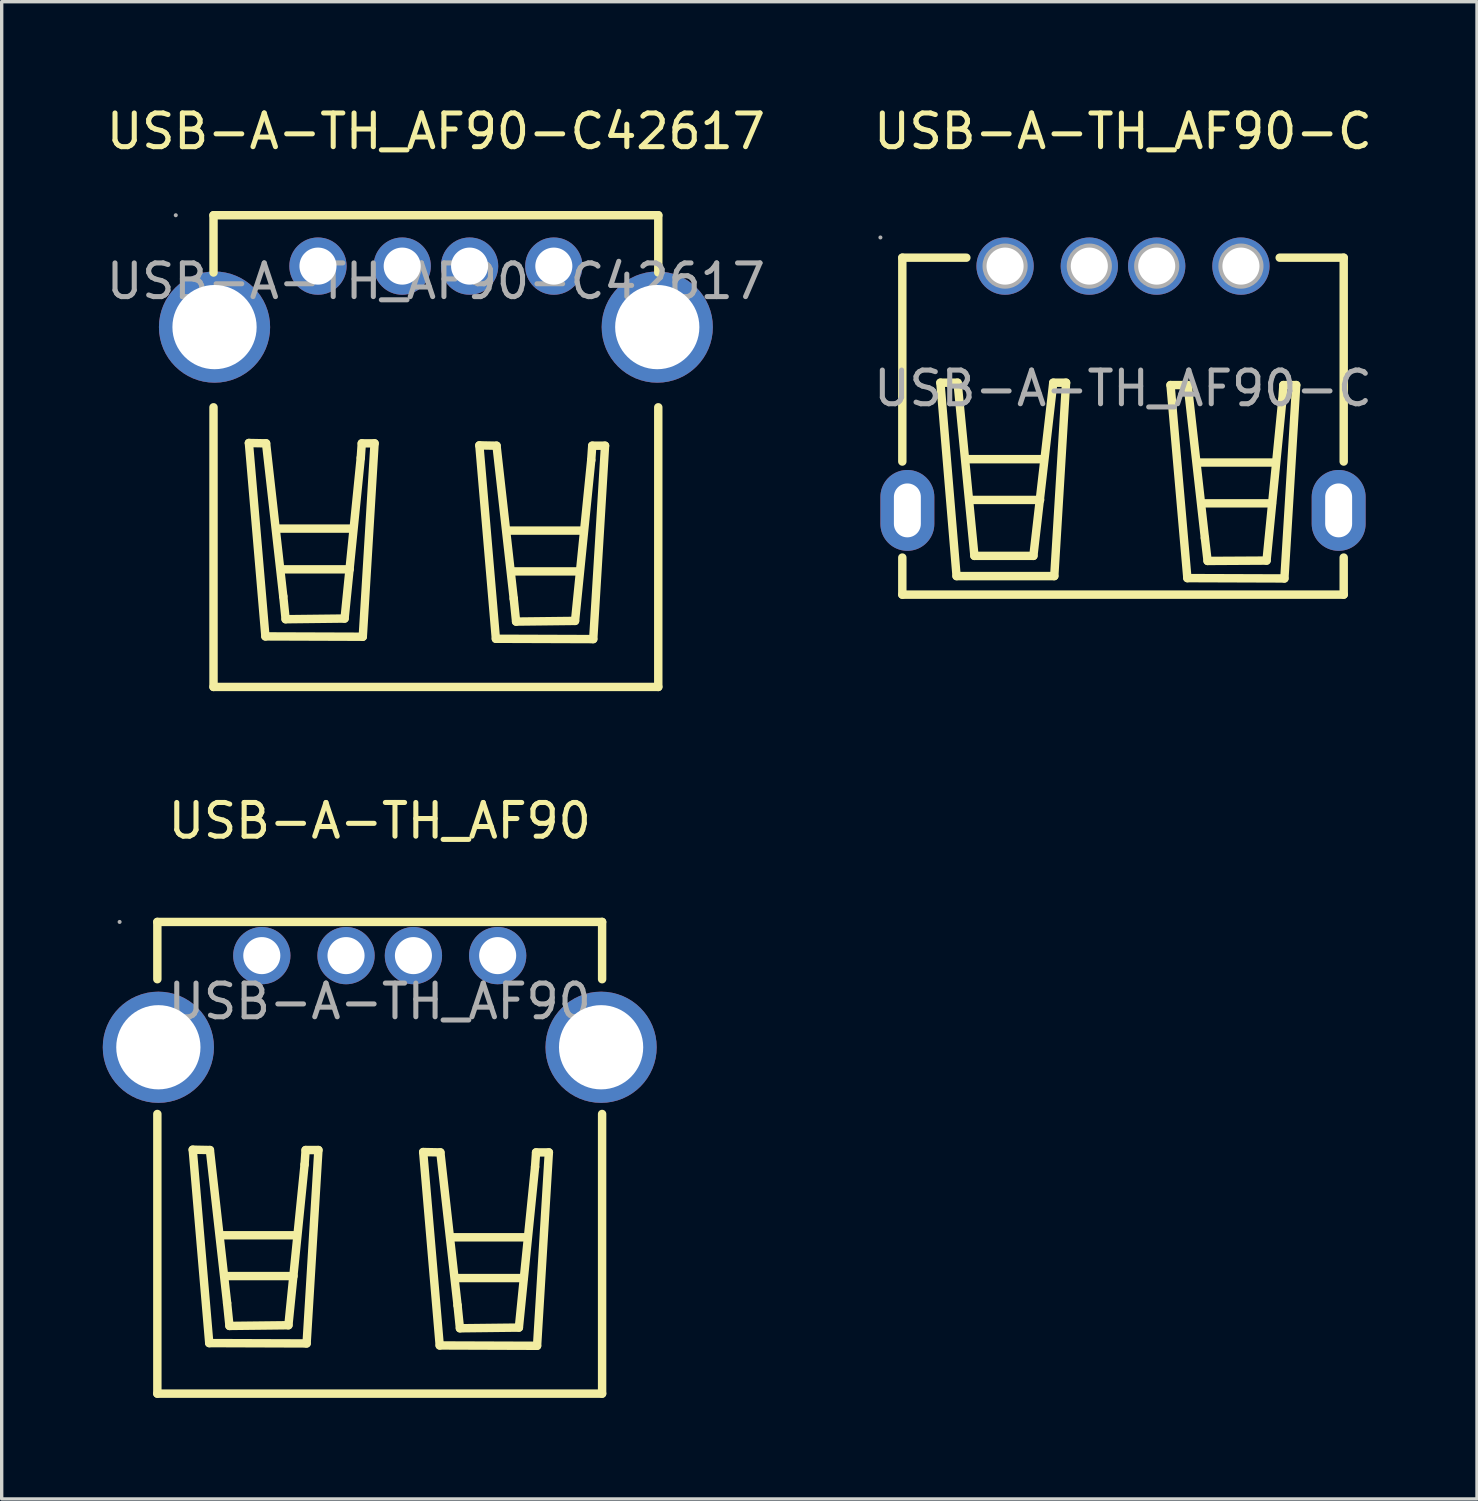
<source format=kicad_pcb>
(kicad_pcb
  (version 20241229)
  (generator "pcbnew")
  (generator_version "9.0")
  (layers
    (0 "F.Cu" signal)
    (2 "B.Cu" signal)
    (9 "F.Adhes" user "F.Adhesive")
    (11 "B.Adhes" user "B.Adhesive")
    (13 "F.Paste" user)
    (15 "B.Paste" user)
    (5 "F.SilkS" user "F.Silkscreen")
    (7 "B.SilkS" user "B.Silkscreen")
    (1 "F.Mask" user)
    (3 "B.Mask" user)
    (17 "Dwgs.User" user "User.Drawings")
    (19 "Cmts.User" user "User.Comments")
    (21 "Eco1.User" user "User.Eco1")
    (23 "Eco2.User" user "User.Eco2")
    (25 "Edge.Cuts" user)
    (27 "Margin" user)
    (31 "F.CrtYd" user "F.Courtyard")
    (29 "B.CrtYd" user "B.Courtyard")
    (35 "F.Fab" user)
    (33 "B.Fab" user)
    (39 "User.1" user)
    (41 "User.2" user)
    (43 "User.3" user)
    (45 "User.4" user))
  (footprint "USB-A-TH_AF90"
    (layer "F.Cu")
    (at 8.22 26.672)
    (property "Reference" "USB-A-TH_AF90" (at 0 -5.36 0) (layer "F.SilkS") (effects (font (size 1 1) (thickness 0.15))))
    (attr through_hole)
    (fp_line (start -6.6 -0.66) (end -6.6 -2.36) (stroke (width 0.25) (type solid)) (layer "F.SilkS"))
    (fp_line (start -6.6 11.64) (end -6.6 3.34) (stroke (width 0.25) (type solid)) (layer "F.SilkS"))
    (fp_line (start -5.55 4.4) (end -5.04 4.41) (stroke (width 0.25) (type solid)) (layer "F.SilkS"))
    (fp_line (start -5.06 10.14) (end -5.55 4.4) (stroke (width 0.25) (type solid)) (layer "F.SilkS"))
    (fp_line (start -5.04 4.41) (end -4.53 8.95) (stroke (width 0.25) (type solid)) (layer "F.SilkS"))
    (fp_line (start -4.73 6.94) (end -2.47 6.94) (stroke (width 0.25) (type solid)) (layer "F.SilkS"))
    (fp_line (start -4.59 8.15) (end -2.56 8.15) (stroke (width 0.25) (type solid)) (layer "F.SilkS"))
    (fp_line (start -4.53 8.95) (end -4.46 9.63) (stroke (width 0.25) (type solid)) (layer "F.SilkS"))
    (fp_line (start -4.46 9.63) (end -2.71 9.61) (stroke (width 0.25) (type solid)) (layer "F.SilkS"))
    (fp_line (start -2.71 9.61) (end -2.23 4.84) (stroke (width 0.25) (type solid)) (layer "F.SilkS"))
    (fp_line (start -2.23 4.84) (end -2.2 4.41) (stroke (width 0.25) (type solid)) (layer "F.SilkS"))
    (fp_line (start -2.2 4.41) (end -1.82 4.41) (stroke (width 0.25) (type solid)) (layer "F.SilkS"))
    (fp_line (start -2.17 10.15) (end -5.06 10.14) (stroke (width 0.25) (type solid)) (layer "F.SilkS"))
    (fp_line (start -1.82 4.41) (end -2.17 10.15) (stroke (width 0.25) (type solid)) (layer "F.SilkS"))
    (fp_line (start 1.29 4.47) (end 1.8 4.48) (stroke (width 0.25) (type solid)) (layer "F.SilkS"))
    (fp_line (start 1.78 10.21) (end 1.29 4.47) (stroke (width 0.25) (type solid)) (layer "F.SilkS"))
    (fp_line (start 1.8 4.48) (end 2.31 9.02) (stroke (width 0.25) (type solid)) (layer "F.SilkS"))
    (fp_line (start 2.1 7) (end 4.36 7) (stroke (width 0.25) (type solid)) (layer "F.SilkS"))
    (fp_line (start 2.24 8.21) (end 4.27 8.21) (stroke (width 0.25) (type solid)) (layer "F.SilkS"))
    (fp_line (start 2.31 9.02) (end 2.38 9.7) (stroke (width 0.25) (type solid)) (layer "F.SilkS"))
    (fp_line (start 2.38 9.7) (end 4.13 9.68) (stroke (width 0.25) (type solid)) (layer "F.SilkS"))
    (fp_line (start 4.13 9.68) (end 4.61 4.91) (stroke (width 0.25) (type solid)) (layer "F.SilkS"))
    (fp_line (start 4.61 4.91) (end 4.64 4.48) (stroke (width 0.25) (type solid)) (layer "F.SilkS"))
    (fp_line (start 4.64 4.48) (end 5.02 4.48) (stroke (width 0.25) (type solid)) (layer "F.SilkS"))
    (fp_line (start 4.67 10.22) (end 1.78 10.21) (stroke (width 0.25) (type solid)) (layer "F.SilkS"))
    (fp_line (start 5.02 4.48) (end 4.67 10.22) (stroke (width 0.25) (type solid)) (layer "F.SilkS"))
    (fp_line (start 6.6 -2.36) (end -6.6 -2.36) (stroke (width 0.25) (type solid)) (layer "F.SilkS"))
    (fp_line (start 6.6 -0.66) (end 6.6 -2.36) (stroke (width 0.25) (type solid)) (layer "F.SilkS"))
    (fp_line (start 6.6 11.64) (end -6.6 11.64) (stroke (width 0.25) (type solid)) (layer "F.SilkS"))
    (fp_line (start 6.6 11.64) (end 6.6 3.34) (stroke (width 0.25) (type solid)) (layer "F.SilkS"))
    (fp_circle (center -7.72 -2.36) (end -7.69 -2.36) (stroke (width 0.06) (type solid)) (fill no) (layer "F.Fab"))
    (fp_circle (center -6.57 1.36) (end -5.99 1.36) (stroke (width 1.15) (type solid)) (fill no) (layer "F.Fab"))
    (fp_circle (center -3.5 -1.36) (end -3.27 -1.36) (stroke (width 0.45) (type solid)) (fill no) (layer "F.Fab"))
    (fp_circle (center -1 -1.36) (end -0.77 -1.36) (stroke (width 0.45) (type solid)) (fill no) (layer "F.Fab"))
    (fp_circle (center 1 -1.36) (end 1.23 -1.36) (stroke (width 0.45) (type solid)) (fill no) (layer "F.Fab"))
    (fp_circle (center 3.5 -1.36) (end 3.73 -1.36) (stroke (width 0.45) (type solid)) (fill no) (layer "F.Fab"))
    (fp_circle (center 6.57 1.36) (end 7.15 1.36) (stroke (width 1.15) (type solid)) (fill no) (layer "F.Fab"))
    (fp_text user "${REFERENCE}" (at 0 0 0) (layer "F.Fab") (effects (font (size 1 1) (thickness 0.15))))
    (pad "1" thru_hole circle (at -3.5 -1.36 180) (size 1.7 1.7) (drill 1.1) (layers "*.Cu" "*.Paste" "*.Mask"))
    (pad "2" thru_hole circle (at -1 -1.36 180) (size 1.7 1.7) (drill 1.1) (layers "*.Cu" "*.Paste" "*.Mask"))
    (pad "3" thru_hole circle (at 1 -1.36 180) (size 1.7 1.7) (drill 1.1) (layers "*.Cu" "*.Paste" "*.Mask"))
    (pad "4" thru_hole circle (at 3.5 -1.36 180) (size 1.7 1.7) (drill 1.1) (layers "*.Cu" "*.Paste" "*.Mask"))
    (pad "MH1" thru_hole circle (at -6.57 1.36 270) (size 3.3 3.3) (drill 2.5) (layers "*.Cu" "*.Paste" "*.Mask"))
    (pad "MH2" thru_hole circle (at 6.57 1.36 90) (size 3.3 3.3) (drill 2.5) (layers "*.Cu" "*.Paste" "*.Mask")))
  (footprint "USB-A-TH_AF90-C42617"
    (layer "F.Cu")
    (at 9.887 5.298)
    (property "Reference" "USB-A-TH_AF90-C42617" (at 0 -4.45 0) (layer "F.SilkS") (effects (font (size 1 1) (thickness 0.15))))
    (attr through_hole)
    (fp_line (start -6.6 -0.26) (end -6.6 -1.96) (stroke (width 0.25) (type solid)) (layer "F.SilkS"))
    (fp_line (start -6.6 12.04) (end -6.6 3.74) (stroke (width 0.25) (type solid)) (layer "F.SilkS"))
    (fp_line (start -5.55 4.8) (end -5.04 4.81) (stroke (width 0.25) (type solid)) (layer "F.SilkS"))
    (fp_line (start -5.06 10.54) (end -5.55 4.8) (stroke (width 0.25) (type solid)) (layer "F.SilkS"))
    (fp_line (start -5.04 4.81) (end -4.53 9.35) (stroke (width 0.25) (type solid)) (layer "F.SilkS"))
    (fp_line (start -4.73 7.34) (end -2.47 7.34) (stroke (width 0.25) (type solid)) (layer "F.SilkS"))
    (fp_line (start -4.59 8.55) (end -2.56 8.55) (stroke (width 0.25) (type solid)) (layer "F.SilkS"))
    (fp_line (start -4.53 9.35) (end -4.46 10.03) (stroke (width 0.25) (type solid)) (layer "F.SilkS"))
    (fp_line (start -4.46 10.03) (end -2.71 10.01) (stroke (width 0.25) (type solid)) (layer "F.SilkS"))
    (fp_line (start -2.71 10.01) (end -2.23 5.24) (stroke (width 0.25) (type solid)) (layer "F.SilkS"))
    (fp_line (start -2.23 5.24) (end -2.2 4.81) (stroke (width 0.25) (type solid)) (layer "F.SilkS"))
    (fp_line (start -2.2 4.81) (end -1.82 4.81) (stroke (width 0.25) (type solid)) (layer "F.SilkS"))
    (fp_line (start -2.17 10.55) (end -5.06 10.54) (stroke (width 0.25) (type solid)) (layer "F.SilkS"))
    (fp_line (start -1.82 4.81) (end -2.17 10.55) (stroke (width 0.25) (type solid)) (layer "F.SilkS"))
    (fp_line (start 1.29 4.87) (end 1.8 4.88) (stroke (width 0.25) (type solid)) (layer "F.SilkS"))
    (fp_line (start 1.78 10.61) (end 1.29 4.87) (stroke (width 0.25) (type solid)) (layer "F.SilkS"))
    (fp_line (start 1.8 4.88) (end 2.31 9.42) (stroke (width 0.25) (type solid)) (layer "F.SilkS"))
    (fp_line (start 2.1 7.4) (end 4.36 7.4) (stroke (width 0.25) (type solid)) (layer "F.SilkS"))
    (fp_line (start 2.24 8.61) (end 4.27 8.61) (stroke (width 0.25) (type solid)) (layer "F.SilkS"))
    (fp_line (start 2.31 9.42) (end 2.38 10.1) (stroke (width 0.25) (type solid)) (layer "F.SilkS"))
    (fp_line (start 2.38 10.1) (end 4.13 10.08) (stroke (width 0.25) (type solid)) (layer "F.SilkS"))
    (fp_line (start 4.13 10.08) (end 4.61 5.31) (stroke (width 0.25) (type solid)) (layer "F.SilkS"))
    (fp_line (start 4.61 5.31) (end 4.64 4.88) (stroke (width 0.25) (type solid)) (layer "F.SilkS"))
    (fp_line (start 4.64 4.88) (end 5.02 4.88) (stroke (width 0.25) (type solid)) (layer "F.SilkS"))
    (fp_line (start 4.67 10.62) (end 1.78 10.61) (stroke (width 0.25) (type solid)) (layer "F.SilkS"))
    (fp_line (start 5.02 4.88) (end 4.67 10.62) (stroke (width 0.25) (type solid)) (layer "F.SilkS"))
    (fp_line (start 6.6 -1.96) (end -6.6 -1.96) (stroke (width 0.25) (type solid)) (layer "F.SilkS"))
    (fp_line (start 6.6 -0.26) (end 6.6 -1.96) (stroke (width 0.25) (type solid)) (layer "F.SilkS"))
    (fp_line (start 6.6 12.04) (end -6.6 12.04) (stroke (width 0.25) (type solid)) (layer "F.SilkS"))
    (fp_line (start 6.6 12.04) (end 6.6 3.74) (stroke (width 0.25) (type solid)) (layer "F.SilkS"))
    (fp_circle (center -7.72 -1.96) (end -7.69 -1.96) (stroke (width 0.06) (type solid)) (fill no) (layer "F.Fab"))
    (fp_circle (center -6.57 1.36) (end -5.99 1.36) (stroke (width 1.15) (type solid)) (fill no) (layer "F.Fab"))
    (fp_circle (center -3.5 -0.45) (end -3.27 -0.45) (stroke (width 0.45) (type solid)) (fill no) (layer "F.Fab"))
    (fp_circle (center -1 -0.45) (end -0.77 -0.45) (stroke (width 0.45) (type solid)) (fill no) (layer "F.Fab"))
    (fp_circle (center 1 -0.45) (end 1.23 -0.45) (stroke (width 0.45) (type solid)) (fill no) (layer "F.Fab"))
    (fp_circle (center 3.5 -0.45) (end 3.73 -0.45) (stroke (width 0.45) (type solid)) (fill no) (layer "F.Fab"))
    (fp_circle (center 6.57 1.36) (end 7.15 1.36) (stroke (width 1.15) (type solid)) (fill no) (layer "F.Fab"))
    (fp_text user "${REFERENCE}" (at 0 0 0) (layer "F.Fab") (effects (font (size 1 1) (thickness 0.15))))
    (pad "1" thru_hole circle (at -3.5 -0.45 180) (size 1.7 1.7) (drill 1.1) (layers "*.Cu" "*.Paste" "*.Mask"))
    (pad "2" thru_hole circle (at -1 -0.45 180) (size 1.7 1.7) (drill 1.1) (layers "*.Cu" "*.Paste" "*.Mask"))
    (pad "3" thru_hole circle (at 1 -0.45 180) (size 1.7 1.7) (drill 1.1) (layers "*.Cu" "*.Paste" "*.Mask"))
    (pad "4" thru_hole circle (at 3.5 -0.45 180) (size 1.7 1.7) (drill 1.1) (layers "*.Cu" "*.Paste" "*.Mask"))
    (pad "MH1" thru_hole circle (at -6.57 1.36 270) (size 3.3 3.3) (drill 2.5) (layers "*.Cu" "*.Paste" "*.Mask"))
    (pad "MH2" thru_hole circle (at 6.57 1.36 90) (size 3.3 3.3) (drill 2.5) (layers "*.Cu" "*.Paste" "*.Mask")))
  (footprint "USB-A-TH_AF90-C"
    (layer "F.Cu")
    (at 30.28 8.478)
    (property "Reference" "USB-A-TH_AF90-C" (at 0 -7.63 0) (layer "F.SilkS") (effects (font (size 1 1) (thickness 0.15))))
    (attr through_hole)
    (fp_line (start -6.55 -3.88) (end -6.55 2.17) (stroke (width 0.25) (type solid)) (layer "F.SilkS"))
    (fp_line (start -6.55 -3.88) (end -4.65 -3.88) (stroke (width 0.25) (type solid)) (layer "F.SilkS"))
    (fp_line (start -6.55 5.02) (end -6.55 6.12) (stroke (width 0.25) (type solid)) (layer "F.SilkS"))
    (fp_line (start -6.55 6.12) (end 6.55 6.12) (stroke (width 0.25) (type solid)) (layer "F.SilkS"))
    (fp_line (start -5.42 -0.17) (end -4.91 -0.17) (stroke (width 0.25) (type solid)) (layer "F.SilkS"))
    (fp_line (start -4.94 5.57) (end -5.42 -0.17) (stroke (width 0.25) (type solid)) (layer "F.SilkS"))
    (fp_line (start -4.91 -0.17) (end -4.41 4.97) (stroke (width 0.25) (type solid)) (layer "F.SilkS"))
    (fp_line (start -4.63 2.1) (end -2.37 2.1) (stroke (width 0.25) (type solid)) (layer "F.SilkS"))
    (fp_line (start -4.49 3.31) (end -2.46 3.31) (stroke (width 0.25) (type solid)) (layer "F.SilkS"))
    (fp_line (start -4.41 4.97) (end -2.66 4.97) (stroke (width 0.25) (type solid)) (layer "F.SilkS"))
    (fp_line (start -2.66 4.97) (end -2.07 -0.17) (stroke (width 0.25) (type solid)) (layer "F.SilkS"))
    (fp_line (start -2.07 -0.17) (end -1.69 -0.17) (stroke (width 0.25) (type solid)) (layer "F.SilkS"))
    (fp_line (start -2.04 5.57) (end -4.94 5.57) (stroke (width 0.25) (type solid)) (layer "F.SilkS"))
    (fp_line (start -1.69 -0.17) (end -2.04 5.57) (stroke (width 0.25) (type solid)) (layer "F.SilkS"))
    (fp_line (start 1.41 -0.1) (end 1.92 -0.1) (stroke (width 0.25) (type solid)) (layer "F.SilkS"))
    (fp_line (start 1.91 5.63) (end 1.41 -0.1) (stroke (width 0.25) (type solid)) (layer "F.SilkS"))
    (fp_line (start 1.92 -0.1) (end 2.43 4.44) (stroke (width 0.25) (type solid)) (layer "F.SilkS"))
    (fp_line (start 2.25 2.2) (end 4.51 2.2) (stroke (width 0.25) (type solid)) (layer "F.SilkS"))
    (fp_line (start 2.39 3.41) (end 4.42 3.41) (stroke (width 0.25) (type solid)) (layer "F.SilkS"))
    (fp_line (start 2.43 4.44) (end 2.51 5.12) (stroke (width 0.25) (type solid)) (layer "F.SilkS"))
    (fp_line (start 2.51 5.12) (end 4.26 5.11) (stroke (width 0.25) (type solid)) (layer "F.SilkS"))
    (fp_line (start 4.26 5.11) (end 4.73 0.33) (stroke (width 0.25) (type solid)) (layer "F.SilkS"))
    (fp_line (start 4.65 -3.88) (end 6.55 -3.88) (stroke (width 0.25) (type solid)) (layer "F.SilkS"))
    (fp_line (start 4.73 0.33) (end 4.76 -0.1) (stroke (width 0.25) (type solid)) (layer "F.SilkS"))
    (fp_line (start 4.76 -0.1) (end 5.14 -0.1) (stroke (width 0.25) (type solid)) (layer "F.SilkS"))
    (fp_line (start 4.79 5.64) (end 1.91 5.63) (stroke (width 0.25) (type solid)) (layer "F.SilkS"))
    (fp_line (start 5.14 -0.1) (end 4.79 5.64) (stroke (width 0.25) (type solid)) (layer "F.SilkS"))
    (fp_line (start 6.55 -3.88) (end 6.55 2.17) (stroke (width 0.25) (type solid)) (layer "F.SilkS"))
    (fp_line (start 6.55 5.02) (end 6.55 6.12) (stroke (width 0.25) (type solid)) (layer "F.SilkS"))
    (fp_circle (center -7.2 -4.48) (end -7.17 -4.48) (stroke (width 0.06) (type solid)) (fill no) (layer "F.Fab"))
    (fp_circle (center -3.5 -3.63) (end -3.28 -3.63) (stroke (width 0.45) (type solid)) (fill no) (layer "F.Fab"))
    (fp_circle (center -1 -3.63) (end -0.78 -3.63) (stroke (width 0.45) (type solid)) (fill no) (layer "F.Fab"))
    (fp_circle (center 1 -3.63) (end 1.22 -3.63) (stroke (width 0.45) (type solid)) (fill no) (layer "F.Fab"))
    (fp_circle (center 3.5 -3.63) (end 3.72 -3.63) (stroke (width 0.45) (type solid)) (fill no) (layer "F.Fab"))
    (fp_text user "${REFERENCE}" (at 0 0 0) (layer "F.Fab") (effects (font (size 1 1) (thickness 0.15))))
    (pad "1" thru_hole circle (at -3.5 -3.63) (size 1.7 1.7) (drill 1.1) (layers "*.Cu" "*.Paste" "*.Mask"))
    (pad "2" thru_hole circle (at -1 -3.63) (size 1.7 1.7) (drill 1.1) (layers "*.Cu" "*.Paste" "*.Mask"))
    (pad "3" thru_hole circle (at 1 -3.63) (size 1.7 1.7) (drill 1.1) (layers "*.Cu" "*.Paste" "*.Mask"))
    (pad "4" thru_hole circle (at 3.5 -3.63) (size 1.7 1.7) (drill 1.1) (layers "*.Cu" "*.Paste" "*.Mask"))
    (pad "SH1" thru_hole oval (at -6.4 3.62 270) (size 2.4 1.6) (drill oval 1.6 0.8) (layers "*.Cu" "*.Paste" "*.Mask"))
    (pad "SH2" thru_hole oval (at 6.4 3.62 90) (size 2.4 1.6) (drill oval 1.6 0.8) (layers "*.Cu" "*.Paste" "*.Mask")))
  (gr_rect
    (start -3 -3)
    (end 40.786 41.437)
    (stroke (width 0.1) (type default))
    (fill no)
    (layer "Edge.Cuts")))
</source>
